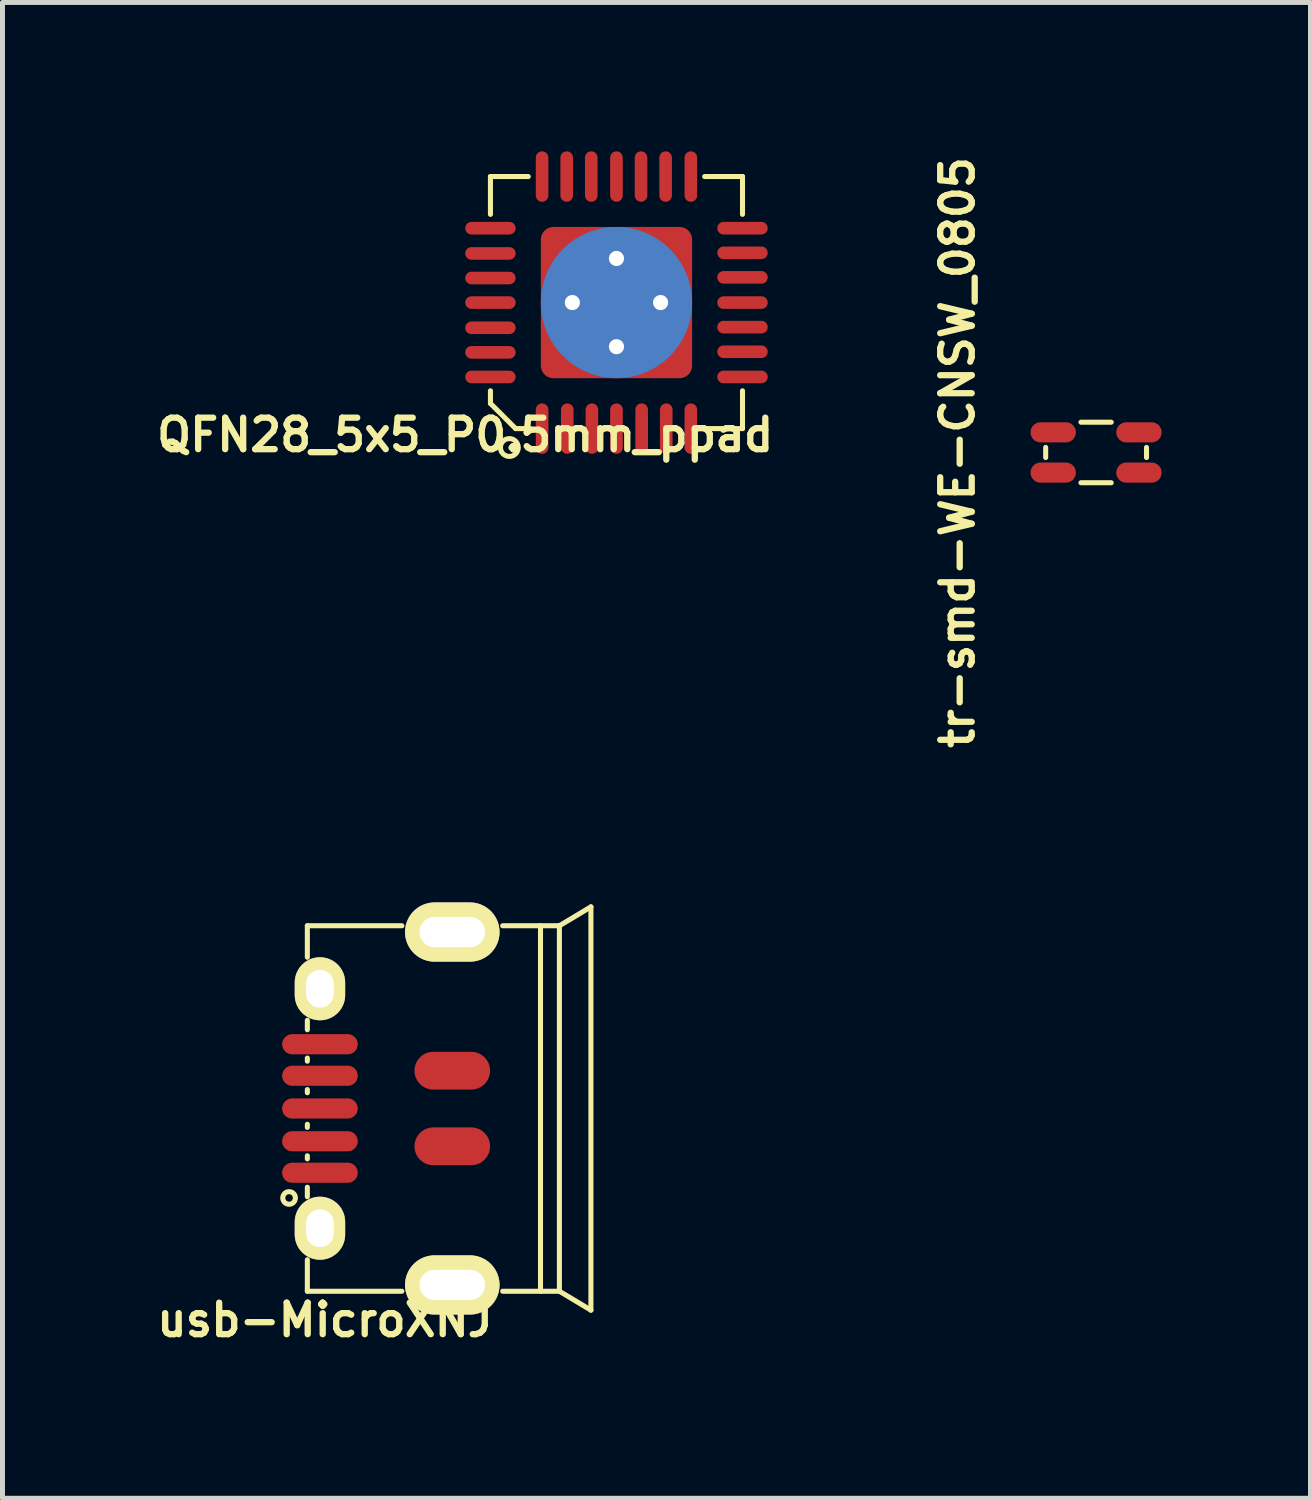
<source format=kicad_pcb>
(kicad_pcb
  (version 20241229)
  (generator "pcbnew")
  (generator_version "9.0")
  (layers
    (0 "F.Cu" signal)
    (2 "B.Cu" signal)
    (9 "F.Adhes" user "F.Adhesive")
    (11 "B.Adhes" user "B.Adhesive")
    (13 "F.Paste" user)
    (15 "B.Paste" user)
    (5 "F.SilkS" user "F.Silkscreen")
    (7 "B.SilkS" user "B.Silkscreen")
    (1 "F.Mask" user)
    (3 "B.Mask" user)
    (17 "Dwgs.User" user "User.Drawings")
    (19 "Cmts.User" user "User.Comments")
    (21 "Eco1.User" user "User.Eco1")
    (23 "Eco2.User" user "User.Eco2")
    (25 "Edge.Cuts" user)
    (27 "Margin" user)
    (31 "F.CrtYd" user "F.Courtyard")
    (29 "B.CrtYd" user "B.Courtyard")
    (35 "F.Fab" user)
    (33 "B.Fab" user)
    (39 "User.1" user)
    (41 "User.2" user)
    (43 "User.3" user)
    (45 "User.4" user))
  (footprint "tr-smd-WE-CNSW_0805"
    (layer "F.Cu")
    (at 19.04 6.069)
    (property "Reference" "tr-smd-WE-CNSW_0805" (at -2.794 0 90) (layer "F.SilkS") (effects (font (size 0.635 0.635) (thickness 0.127))))
    (attr smd)
    (fp_line (start -1.016 -0.102) (end -1.016 0.102) (stroke (width 0.102) (type solid)) (layer "F.SilkS"))
    (fp_line (start -0.305 0.61) (end 0.305 0.61) (stroke (width 0.102) (type solid)) (layer "F.SilkS"))
    (fp_line (start 0.305 -0.61) (end -0.305 -0.61) (stroke (width 0.102) (type solid)) (layer "F.SilkS"))
    (fp_line (start 1.016 -0.102) (end 1.016 0.102) (stroke (width 0.102) (type solid)) (layer "F.SilkS"))
    (pad "1" smd oval (at -0.864 -0.406) (size 0.914 0.406) (layers "F.Cu" "F.Mask" "F.Paste"))
    (pad "2" smd oval (at 0.864 -0.406) (size 0.914 0.406) (layers "F.Cu" "F.Mask" "F.Paste"))
    (pad "3" smd oval (at 0.864 0.406) (size 0.914 0.406) (layers "F.Cu" "F.Mask" "F.Paste"))
    (pad "4" smd oval (at -0.864 0.406) (size 0.914 0.406) (layers "F.Cu" "F.Mask" "F.Paste")))
  (footprint "usb-MicroXNJ"
    (layer "F.Cu")
    (at 6.065 19.29)
    (property "Reference" "usb-MicroXNJ" (at -2.566 4.261 0) (layer "F.SilkS") (effects (font (size 0.635 0.635) (thickness 0.127))))
    (attr smd)
    (fp_line (start -2.921 -3.683) (end -2.921 -3.048) (stroke (width 0.102) (type solid)) (layer "F.SilkS"))
    (fp_line (start -2.921 -1.778) (end -2.921 -1.587) (stroke (width 0.102) (type solid)) (layer "F.SilkS"))
    (fp_line (start -2.921 -1.016) (end -2.921 -0.953) (stroke (width 0.102) (type solid)) (layer "F.SilkS"))
    (fp_line (start -2.921 -0.381) (end -2.921 -0.318) (stroke (width 0.102) (type solid)) (layer "F.SilkS"))
    (fp_line (start -2.921 0.381) (end -2.921 0.318) (stroke (width 0.102) (type solid)) (layer "F.SilkS"))
    (fp_line (start -2.921 0.953) (end -2.921 1.016) (stroke (width 0.102) (type solid)) (layer "F.SilkS"))
    (fp_line (start -2.921 1.587) (end -2.921 1.778) (stroke (width 0.102) (type solid)) (layer "F.SilkS"))
    (fp_line (start -2.921 3.048) (end -2.921 3.683) (stroke (width 0.102) (type solid)) (layer "F.SilkS"))
    (fp_line (start -1.016 -3.683) (end -2.921 -3.683) (stroke (width 0.102) (type solid)) (layer "F.SilkS"))
    (fp_line (start -1.016 3.683) (end -2.921 3.683) (stroke (width 0.102) (type solid)) (layer "F.SilkS"))
    (fp_line (start 1.778 -3.683) (end 1.778 3.683) (stroke (width 0.102) (type solid)) (layer "F.SilkS"))
    (fp_line (start 2.159 -3.683) (end 1.016 -3.683) (stroke (width 0.102) (type solid)) (layer "F.SilkS"))
    (fp_line (start 2.159 -3.683) (end 2.159 3.683) (stroke (width 0.102) (type solid)) (layer "F.SilkS"))
    (fp_line (start 2.159 -3.683) (end 2.794 -4.064) (stroke (width 0.102) (type solid)) (layer "F.SilkS"))
    (fp_line (start 2.159 3.683) (end 1.016 3.683) (stroke (width 0.102) (type solid)) (layer "F.SilkS"))
    (fp_line (start 2.159 3.683) (end 2.794 4.064) (stroke (width 0.102) (type solid)) (layer "F.SilkS"))
    (fp_line (start 2.794 -4.064) (end 2.794 4.064) (stroke (width 0.102) (type solid)) (layer "F.SilkS"))
    (fp_circle (center -3.289 1.803) (end -3.162 1.803) (stroke (width 0.102) (type solid)) (fill no) (layer "F.SilkS"))
    (pad "1" smd oval (at -2.667 1.295) (size 1.524 0.406) (layers "F.Cu" "F.Mask" "F.Paste"))
    (pad "2" smd oval (at -2.667 0.66) (size 1.524 0.406) (layers "F.Cu" "F.Mask" "F.Paste"))
    (pad "3" smd oval (at -2.667 0) (size 1.524 0.406) (layers "F.Cu" "F.Mask" "F.Paste"))
    (pad "4" smd oval (at -2.667 -0.66) (size 1.524 0.406) (layers "F.Cu" "F.Mask" "F.Paste"))
    (pad "5" smd oval (at -2.667 -1.295) (size 1.524 0.406) (layers "F.Cu" "F.Mask" "F.Paste"))
    (pad "6" thru_hole oval (at -2.667 -2.413) (size 1.016 1.27) (drill oval 0.559 0.762) (layers "*.Cu" "*.Mask" "F.SilkS"))
    (pad "6" thru_hole oval (at -2.667 2.413) (size 1.016 1.27) (drill oval 0.559 0.762) (layers "*.Cu" "*.Mask" "F.SilkS"))
    (pad "6" thru_hole oval (at 0 -3.556) (size 1.905 1.194) (drill oval 1.321 0.61) (layers "*.Cu" "*.Mask" "F.SilkS"))
    (pad "6" smd oval (at 0 -0.762) (size 1.524 0.762) (layers "F.Cu" "F.Mask" "F.Paste"))
    (pad "6" smd oval (at 0 0.762) (size 1.524 0.762) (layers "F.Cu" "F.Mask" "F.Paste"))
    (pad "6" thru_hole oval (at 0 3.556) (size 1.905 1.194) (drill oval 1.321 0.61) (layers "*.Cu" "*.Mask" "F.SilkS")))
  (footprint "QFN28_5x5_P0.5mm_ppad"
    (layer "F.Cu")
    (at 9.374 3.048)
    (property "Reference" "QFN28_5x5_P0.5mm_ppad" (at -3.048 2.667 180) (layer "F.SilkS") (effects (font (size 0.635 0.635) (thickness 0.127))))
    (attr smd)
    (fp_line (start -2.54 -2.54) (end -1.778 -2.54) (stroke (width 0.102) (type solid)) (layer "F.SilkS"))
    (fp_line (start -2.54 -1.778) (end -2.54 -2.54) (stroke (width 0.102) (type solid)) (layer "F.SilkS"))
    (fp_line (start -2.54 1.778) (end -2.54 2.032) (stroke (width 0.102) (type solid)) (layer "F.SilkS"))
    (fp_line (start -2.54 2.032) (end -2.032 2.54) (stroke (width 0.102) (type solid)) (layer "F.SilkS"))
    (fp_line (start -2.032 2.54) (end -1.778 2.54) (stroke (width 0.102) (type solid)) (layer "F.SilkS"))
    (fp_line (start 1.778 -2.54) (end 2.54 -2.54) (stroke (width 0.102) (type solid)) (layer "F.SilkS"))
    (fp_line (start 1.778 2.54) (end 2.54 2.54) (stroke (width 0.102) (type solid)) (layer "F.SilkS"))
    (fp_line (start 2.54 -2.54) (end 2.54 -1.778) (stroke (width 0.102) (type solid)) (layer "F.SilkS"))
    (fp_line (start 2.54 2.54) (end 2.54 1.778) (stroke (width 0.102) (type solid)) (layer "F.SilkS"))
    (fp_circle (center -2.159 2.921) (end -2.286 2.794) (stroke (width 0.102) (type solid)) (fill no) (layer "F.SilkS"))
    (pad "1" smd oval (at -1.499 2.54) (size 0.254 1.016) (layers "F.Cu" "F.Mask" "F.Paste"))
    (pad "2" smd oval (at -0.991 2.54) (size 0.254 1.016) (layers "F.Cu" "F.Mask" "F.Paste"))
    (pad "3" smd oval (at -0.495 2.54) (size 0.254 1.016) (layers "F.Cu" "F.Mask" "F.Paste"))
    (pad "4" smd oval (at 0 2.54) (size 0.254 1.016) (layers "F.Cu" "F.Mask" "F.Paste"))
    (pad "5" smd oval (at 0.508 2.54) (size 0.254 1.016) (layers "F.Cu" "F.Mask" "F.Paste"))
    (pad "6" smd oval (at 1.003 2.54) (size 0.254 1.016) (layers "F.Cu" "F.Mask" "F.Paste"))
    (pad "7" smd oval (at 1.499 2.54) (size 0.254 1.016) (layers "F.Cu" "F.Mask" "F.Paste"))
    (pad "8" smd oval (at 2.54 1.499 90) (size 0.254 1.016) (layers "F.Cu" "F.Mask" "F.Paste"))
    (pad "9" smd oval (at 2.54 0.991 90) (size 0.254 1.016) (layers "F.Cu" "F.Mask" "F.Paste"))
    (pad "10" smd oval (at 2.54 0.495 90) (size 0.254 1.016) (layers "F.Cu" "F.Mask" "F.Paste"))
    (pad "11" smd oval (at 2.54 0 90) (size 0.254 1.016) (layers "F.Cu" "F.Mask" "F.Paste"))
    (pad "12" smd oval (at 2.54 -0.508 90) (size 0.254 1.016) (layers "F.Cu" "F.Mask" "F.Paste"))
    (pad "13" smd oval (at 2.54 -1.003 90) (size 0.254 1.016) (layers "F.Cu" "F.Mask" "F.Paste"))
    (pad "14" smd oval (at 2.54 -1.499 90) (size 0.254 1.016) (layers "F.Cu" "F.Mask" "F.Paste"))
    (pad "15" smd oval (at 1.499 -2.54) (size 0.254 1.016) (layers "F.Cu" "F.Mask" "F.Paste"))
    (pad "16" smd oval (at 0.991 -2.54) (size 0.254 1.016) (layers "F.Cu" "F.Mask" "F.Paste"))
    (pad "17" smd oval (at 0.495 -2.54) (size 0.254 1.016) (layers "F.Cu" "F.Mask" "F.Paste"))
    (pad "18" smd oval (at 0 -2.54) (size 0.254 1.016) (layers "F.Cu" "F.Mask" "F.Paste"))
    (pad "19" smd oval (at -0.508 -2.54) (size 0.254 1.016) (layers "F.Cu" "F.Mask" "F.Paste"))
    (pad "20" smd oval (at -1.003 -2.54) (size 0.254 1.016) (layers "F.Cu" "F.Mask" "F.Paste"))
    (pad "21" smd oval (at -1.499 -2.54) (size 0.254 1.016) (layers "F.Cu" "F.Mask" "F.Paste"))
    (pad "22" smd oval (at -2.54 -1.499 90) (size 0.254 1.016) (layers "F.Cu" "F.Mask" "F.Paste"))
    (pad "23" smd oval (at -2.54 -0.991 90) (size 0.254 1.016) (layers "F.Cu" "F.Mask" "F.Paste"))
    (pad "24" smd oval (at -2.54 -0.495 90) (size 0.254 1.016) (layers "F.Cu" "F.Mask" "F.Paste"))
    (pad "25" smd oval (at -2.54 0 90) (size 0.254 1.016) (layers "F.Cu" "F.Mask" "F.Paste"))
    (pad "26" smd oval (at -2.54 0.508 90) (size 0.254 1.016) (layers "F.Cu" "F.Mask" "F.Paste"))
    (pad "27" smd oval (at -2.54 1.003 90) (size 0.254 1.016) (layers "F.Cu" "F.Mask" "F.Paste"))
    (pad "28" smd oval (at -2.54 1.499 90) (size 0.254 1.016) (layers "F.Cu" "F.Mask" "F.Paste"))
    (pad "29" smd rect (at -0.889 -0.889) (size 0.762 0.762) (layers "F.Cu" "F.Paste"))
    (pad "29" thru_hole circle (at -0.889 0) (size 0.61 0.61) (drill 0.305) (layers "*.Cu"))
    (pad "29" smd rect (at -0.889 0.889) (size 0.762 0.762) (layers "F.Cu" "F.Paste"))
    (pad "29" smd oval (at 0 -1.27) (size 3.048 0.508) (layers "F.Cu" "F.Mask"))
    (pad "29" thru_hole circle (at 0 -0.889) (size 0.61 0.61) (drill 0.305) (layers "*.Cu"))
    (pad "29" smd rect (at 0 0) (size 0.762 0.762) (layers "F.Cu" "F.Paste"))
    (pad "29" smd rect (at 0 0) (size 3.048 2.54) (layers "F.Cu" "F.Mask"))
    (pad "29" smd circle (at 0 0) (size 3.048 3.048) (layers "B.Cu"))
    (pad "29" thru_hole circle (at 0 0.889) (size 0.61 0.61) (drill 0.305) (layers "*.Cu"))
    (pad "29" smd oval (at 0 1.27) (size 3.048 0.508) (layers "F.Cu" "F.Mask"))
    (pad "29" smd rect (at 0.889 -0.889) (size 0.762 0.762) (layers "F.Cu" "F.Paste"))
    (pad "29" thru_hole circle (at 0.889 0) (size 0.61 0.61) (drill 0.305) (layers "*.Cu"))
    (pad "29" smd rect (at 0.889 0.889) (size 0.762 0.762) (layers "F.Cu" "F.Paste")))
  (gr_rect
    (start -3 -3)
    (end 23.361 27.146)
    (stroke (width 0.1) (type default))
    (fill no)
    (layer "Edge.Cuts")))
</source>
